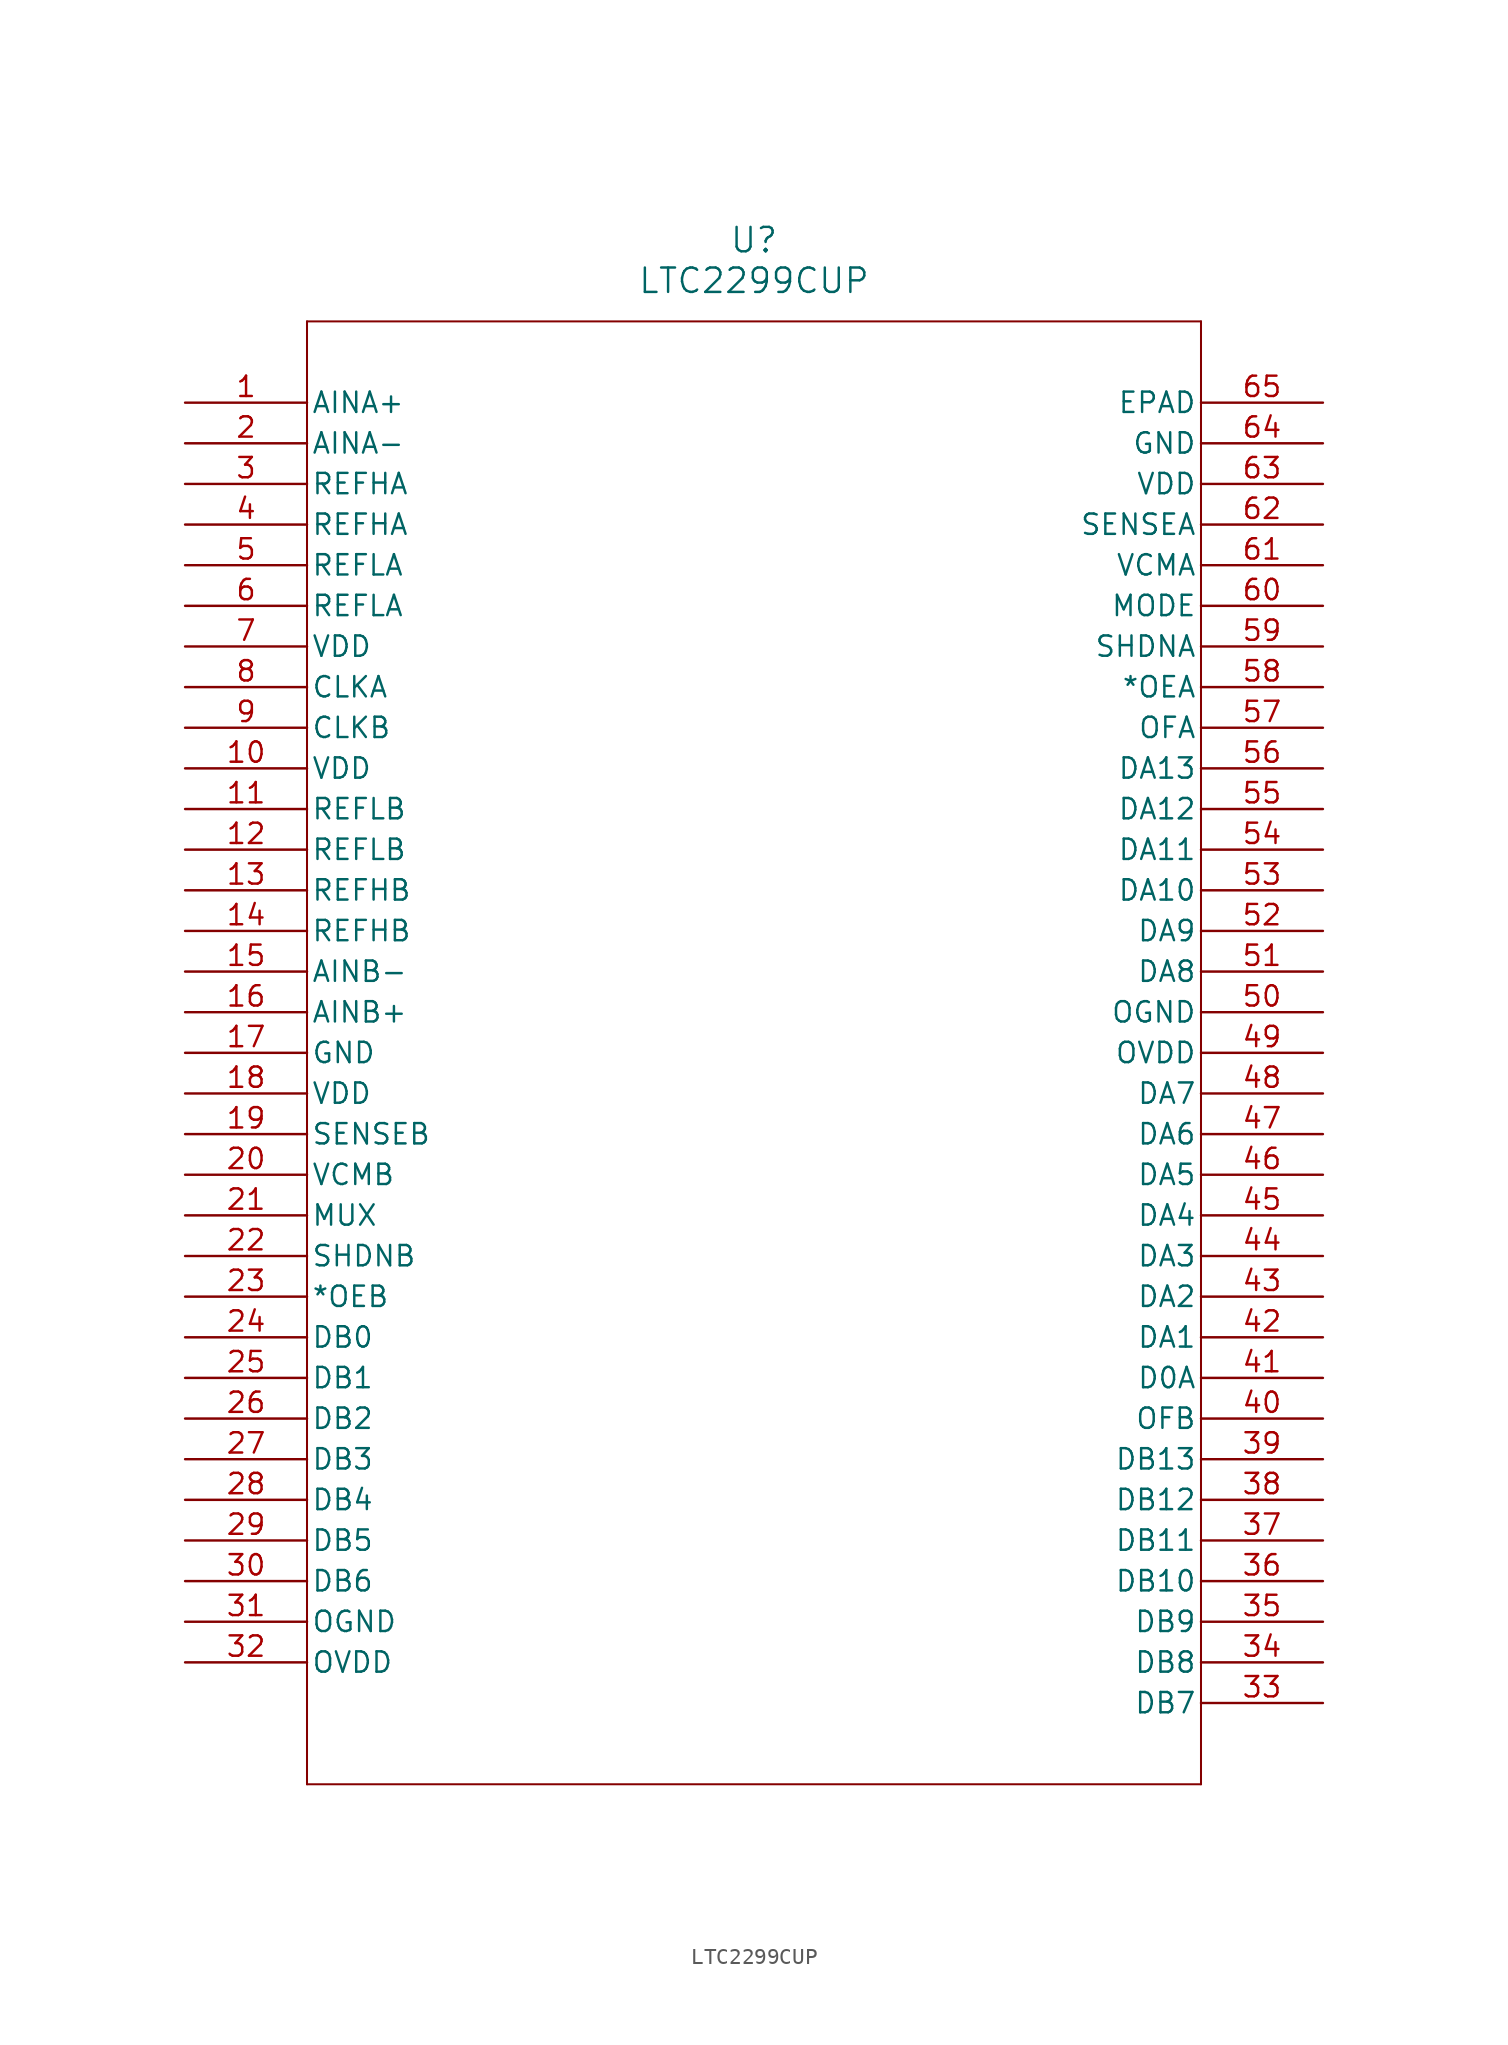
<source format=kicad_sym>
(kicad_symbol_lib
  (version 20211014)
  (generator kicad_symbol_editor)
  (symbol "LTC2299CUP"
    (pin_names
      (offset 0.254))
    (property "Reference" "U"
      (at 35.56 10.16 0)
      (effects (font (size 1.524 1.524))))
    (property "Value" "LTC2299CUP"
      (at 35.56 7.62 0)
      (effects (font (size 1.524 1.524))))
    (symbol "LTC2299CUP_0_1"
      (polyline (pts (xy 7.62 5.08) (xy 7.62 -86.36)) (stroke (width 0.127) (type default) (color 0 0 0 0)) (fill (type none)))
      (polyline (pts (xy 7.62 -86.36) (xy 63.5 -86.36)) (stroke (width 0.127) (type default) (color 0 0 0 0)) (fill (type none)))
      (polyline (pts (xy 63.5 -86.36) (xy 63.5 5.08)) (stroke (width 0.127) (type default) (color 0 0 0 0)) (fill (type none)))
      (polyline (pts (xy 63.5 5.08) (xy 7.62 5.08)) (stroke (width 0.127) (type default) (color 0 0 0 0)) (fill (type none)))
      (pin input line (at 0 0 0) (length 7.62) (name "AINA+" (effects (font (size 1.27 1.27)))) (number "1" (effects (font (size 1.27 1.27)))))
      (pin input line (at 0 -2.54 0) (length 7.62) (name "AINA-" (effects (font (size 1.27 1.27)))) (number "2" (effects (font (size 1.27 1.27)))))
      (pin unspecified line (at 0 -5.08 0) (length 7.62) (name "REFHA" (effects (font (size 1.27 1.27)))) (number "3" (effects (font (size 1.27 1.27)))))
      (pin unspecified line (at 0 -7.62 0) (length 7.62) (name "REFHA" (effects (font (size 1.27 1.27)))) (number "4" (effects (font (size 1.27 1.27)))))
      (pin unspecified line (at 0 -10.16 0) (length 7.62) (name "REFLA" (effects (font (size 1.27 1.27)))) (number "5" (effects (font (size 1.27 1.27)))))
      (pin unspecified line (at 0 -12.7 0) (length 7.62) (name "REFLA" (effects (font (size 1.27 1.27)))) (number "6" (effects (font (size 1.27 1.27)))))
      (pin power_in line (at 0 -15.24 0) (length 7.62) (name "VDD" (effects (font (size 1.27 1.27)))) (number "7" (effects (font (size 1.27 1.27)))))
      (pin input line (at 0 -17.78 0) (length 7.62) (name "CLKA" (effects (font (size 1.27 1.27)))) (number "8" (effects (font (size 1.27 1.27)))))
      (pin input line (at 0 -20.32 0) (length 7.62) (name "CLKB" (effects (font (size 1.27 1.27)))) (number "9" (effects (font (size 1.27 1.27)))))
      (pin power_in line (at 0 -22.86 0) (length 7.62) (name "VDD" (effects (font (size 1.27 1.27)))) (number "10" (effects (font (size 1.27 1.27)))))
      (pin unspecified line (at 0 -25.4 0) (length 7.62) (name "REFLB" (effects (font (size 1.27 1.27)))) (number "11" (effects (font (size 1.27 1.27)))))
      (pin unspecified line (at 0 -27.94 0) (length 7.62) (name "REFLB" (effects (font (size 1.27 1.27)))) (number "12" (effects (font (size 1.27 1.27)))))
      (pin unspecified line (at 0 -30.48 0) (length 7.62) (name "REFHB" (effects (font (size 1.27 1.27)))) (number "13" (effects (font (size 1.27 1.27)))))
      (pin unspecified line (at 0 -33.02 0) (length 7.62) (name "REFHB" (effects (font (size 1.27 1.27)))) (number "14" (effects (font (size 1.27 1.27)))))
      (pin input line (at 0 -35.56 0) (length 7.62) (name "AINB-" (effects (font (size 1.27 1.27)))) (number "15" (effects (font (size 1.27 1.27)))))
      (pin input line (at 0 -38.1 0) (length 7.62) (name "AINB+" (effects (font (size 1.27 1.27)))) (number "16" (effects (font (size 1.27 1.27)))))
      (pin power_in line (at 0 -40.64 0) (length 7.62) (name "GND" (effects (font (size 1.27 1.27)))) (number "17" (effects (font (size 1.27 1.27)))))
      (pin power_in line (at 0 -43.18 0) (length 7.62) (name "VDD" (effects (font (size 1.27 1.27)))) (number "18" (effects (font (size 1.27 1.27)))))
      (pin input line (at 0 -45.72 0) (length 7.62) (name "SENSEB" (effects (font (size 1.27 1.27)))) (number "19" (effects (font (size 1.27 1.27)))))
      (pin bidirectional line (at 0 -48.26 0) (length 7.62) (name "VCMB" (effects (font (size 1.27 1.27)))) (number "20" (effects (font (size 1.27 1.27)))))
      (pin output line (at 0 -50.8 0) (length 7.62) (name "MUX" (effects (font (size 1.27 1.27)))) (number "21" (effects (font (size 1.27 1.27)))))
      (pin unspecified line (at 0 -53.34 0) (length 7.62) (name "SHDNB" (effects (font (size 1.27 1.27)))) (number "22" (effects (font (size 1.27 1.27)))))
      (pin output line (at 0 -55.88 0) (length 7.62) (name "*OEB" (effects (font (size 1.27 1.27)))) (number "23" (effects (font (size 1.27 1.27)))))
      (pin output line (at 0 -58.42 0) (length 7.62) (name "DB0" (effects (font (size 1.27 1.27)))) (number "24" (effects (font (size 1.27 1.27)))))
      (pin output line (at 0 -60.96 0) (length 7.62) (name "DB1" (effects (font (size 1.27 1.27)))) (number "25" (effects (font (size 1.27 1.27)))))
      (pin output line (at 0 -63.5 0) (length 7.62) (name "DB2" (effects (font (size 1.27 1.27)))) (number "26" (effects (font (size 1.27 1.27)))))
      (pin output line (at 0 -66.04 0) (length 7.62) (name "DB3" (effects (font (size 1.27 1.27)))) (number "27" (effects (font (size 1.27 1.27)))))
      (pin output line (at 0 -68.58 0) (length 7.62) (name "DB4" (effects (font (size 1.27 1.27)))) (number "28" (effects (font (size 1.27 1.27)))))
      (pin output line (at 0 -71.12 0) (length 7.62) (name "DB5" (effects (font (size 1.27 1.27)))) (number "29" (effects (font (size 1.27 1.27)))))
      (pin output line (at 0 -73.66 0) (length 7.62) (name "DB6" (effects (font (size 1.27 1.27)))) (number "30" (effects (font (size 1.27 1.27)))))
      (pin power_in line (at 0 -76.2 0) (length 7.62) (name "OGND" (effects (font (size 1.27 1.27)))) (number "31" (effects (font (size 1.27 1.27)))))
      (pin power_in line (at 0 -78.74 0) (length 7.62) (name "OVDD" (effects (font (size 1.27 1.27)))) (number "32" (effects (font (size 1.27 1.27)))))
      (pin output line (at 71.12 -81.28 180) (length 7.62) (name "DB7" (effects (font (size 1.27 1.27)))) (number "33" (effects (font (size 1.27 1.27)))))
      (pin output line (at 71.12 -78.74 180) (length 7.62) (name "DB8" (effects (font (size 1.27 1.27)))) (number "34" (effects (font (size 1.27 1.27)))))
      (pin output line (at 71.12 -76.2 180) (length 7.62) (name "DB9" (effects (font (size 1.27 1.27)))) (number "35" (effects (font (size 1.27 1.27)))))
      (pin output line (at 71.12 -73.66 180) (length 7.62) (name "DB10" (effects (font (size 1.27 1.27)))) (number "36" (effects (font (size 1.27 1.27)))))
      (pin output line (at 71.12 -71.12 180) (length 7.62) (name "DB11" (effects (font (size 1.27 1.27)))) (number "37" (effects (font (size 1.27 1.27)))))
      (pin output line (at 71.12 -68.58 180) (length 7.62) (name "DB12" (effects (font (size 1.27 1.27)))) (number "38" (effects (font (size 1.27 1.27)))))
      (pin output line (at 71.12 -66.04 180) (length 7.62) (name "DB13" (effects (font (size 1.27 1.27)))) (number "39" (effects (font (size 1.27 1.27)))))
      (pin output line (at 71.12 -63.5 180) (length 7.62) (name "OFB" (effects (font (size 1.27 1.27)))) (number "40" (effects (font (size 1.27 1.27)))))
      (pin output line (at 71.12 -60.96 180) (length 7.62) (name "D0A" (effects (font (size 1.27 1.27)))) (number "41" (effects (font (size 1.27 1.27)))))
      (pin output line (at 71.12 -58.42 180) (length 7.62) (name "DA1" (effects (font (size 1.27 1.27)))) (number "42" (effects (font (size 1.27 1.27)))))
      (pin output line (at 71.12 -55.88 180) (length 7.62) (name "DA2" (effects (font (size 1.27 1.27)))) (number "43" (effects (font (size 1.27 1.27)))))
      (pin output line (at 71.12 -53.34 180) (length 7.62) (name "DA3" (effects (font (size 1.27 1.27)))) (number "44" (effects (font (size 1.27 1.27)))))
      (pin output line (at 71.12 -50.8 180) (length 7.62) (name "DA4" (effects (font (size 1.27 1.27)))) (number "45" (effects (font (size 1.27 1.27)))))
      (pin output line (at 71.12 -48.26 180) (length 7.62) (name "DA5" (effects (font (size 1.27 1.27)))) (number "46" (effects (font (size 1.27 1.27)))))
      (pin output line (at 71.12 -45.72 180) (length 7.62) (name "DA6" (effects (font (size 1.27 1.27)))) (number "47" (effects (font (size 1.27 1.27)))))
      (pin output line (at 71.12 -43.18 180) (length 7.62) (name "DA7" (effects (font (size 1.27 1.27)))) (number "48" (effects (font (size 1.27 1.27)))))
      (pin power_in line (at 71.12 -40.64 180) (length 7.62) (name "OVDD" (effects (font (size 1.27 1.27)))) (number "49" (effects (font (size 1.27 1.27)))))
      (pin power_in line (at 71.12 -38.1 180) (length 7.62) (name "OGND" (effects (font (size 1.27 1.27)))) (number "50" (effects (font (size 1.27 1.27)))))
      (pin output line (at 71.12 -35.56 180) (length 7.62) (name "DA8" (effects (font (size 1.27 1.27)))) (number "51" (effects (font (size 1.27 1.27)))))
      (pin output line (at 71.12 -33.02 180) (length 7.62) (name "DA9" (effects (font (size 1.27 1.27)))) (number "52" (effects (font (size 1.27 1.27)))))
      (pin output line (at 71.12 -30.48 180) (length 7.62) (name "DA10" (effects (font (size 1.27 1.27)))) (number "53" (effects (font (size 1.27 1.27)))))
      (pin output line (at 71.12 -27.94 180) (length 7.62) (name "DA11" (effects (font (size 1.27 1.27)))) (number "54" (effects (font (size 1.27 1.27)))))
      (pin output line (at 71.12 -25.4 180) (length 7.62) (name "DA12" (effects (font (size 1.27 1.27)))) (number "55" (effects (font (size 1.27 1.27)))))
      (pin output line (at 71.12 -22.86 180) (length 7.62) (name "DA13" (effects (font (size 1.27 1.27)))) (number "56" (effects (font (size 1.27 1.27)))))
      (pin output line (at 71.12 -20.32 180) (length 7.62) (name "OFA" (effects (font (size 1.27 1.27)))) (number "57" (effects (font (size 1.27 1.27)))))
      (pin output line (at 71.12 -17.78 180) (length 7.62) (name "*OEA" (effects (font (size 1.27 1.27)))) (number "58" (effects (font (size 1.27 1.27)))))
      (pin unspecified line (at 71.12 -15.24 180) (length 7.62) (name "SHDNA" (effects (font (size 1.27 1.27)))) (number "59" (effects (font (size 1.27 1.27)))))
      (pin output line (at 71.12 -12.7 180) (length 7.62) (name "MODE" (effects (font (size 1.27 1.27)))) (number "60" (effects (font (size 1.27 1.27)))))
      (pin bidirectional line (at 71.12 -10.16 180) (length 7.62) (name "VCMA" (effects (font (size 1.27 1.27)))) (number "61" (effects (font (size 1.27 1.27)))))
      (pin input line (at 71.12 -7.62 180) (length 7.62) (name "SENSEA" (effects (font (size 1.27 1.27)))) (number "62" (effects (font (size 1.27 1.27)))))
      (pin power_in line (at 71.12 -5.08 180) (length 7.62) (name "VDD" (effects (font (size 1.27 1.27)))) (number "63" (effects (font (size 1.27 1.27)))))
      (pin power_in line (at 71.12 -2.54 180) (length 7.62) (name "GND" (effects (font (size 1.27 1.27)))) (number "64" (effects (font (size 1.27 1.27)))))
      (pin unspecified line (at 71.12 0 180) (length 7.62) (name "EPAD" (effects (font (size 1.27 1.27)))) (number "65" (effects (font (size 1.27 1.27))))))))
</source>
